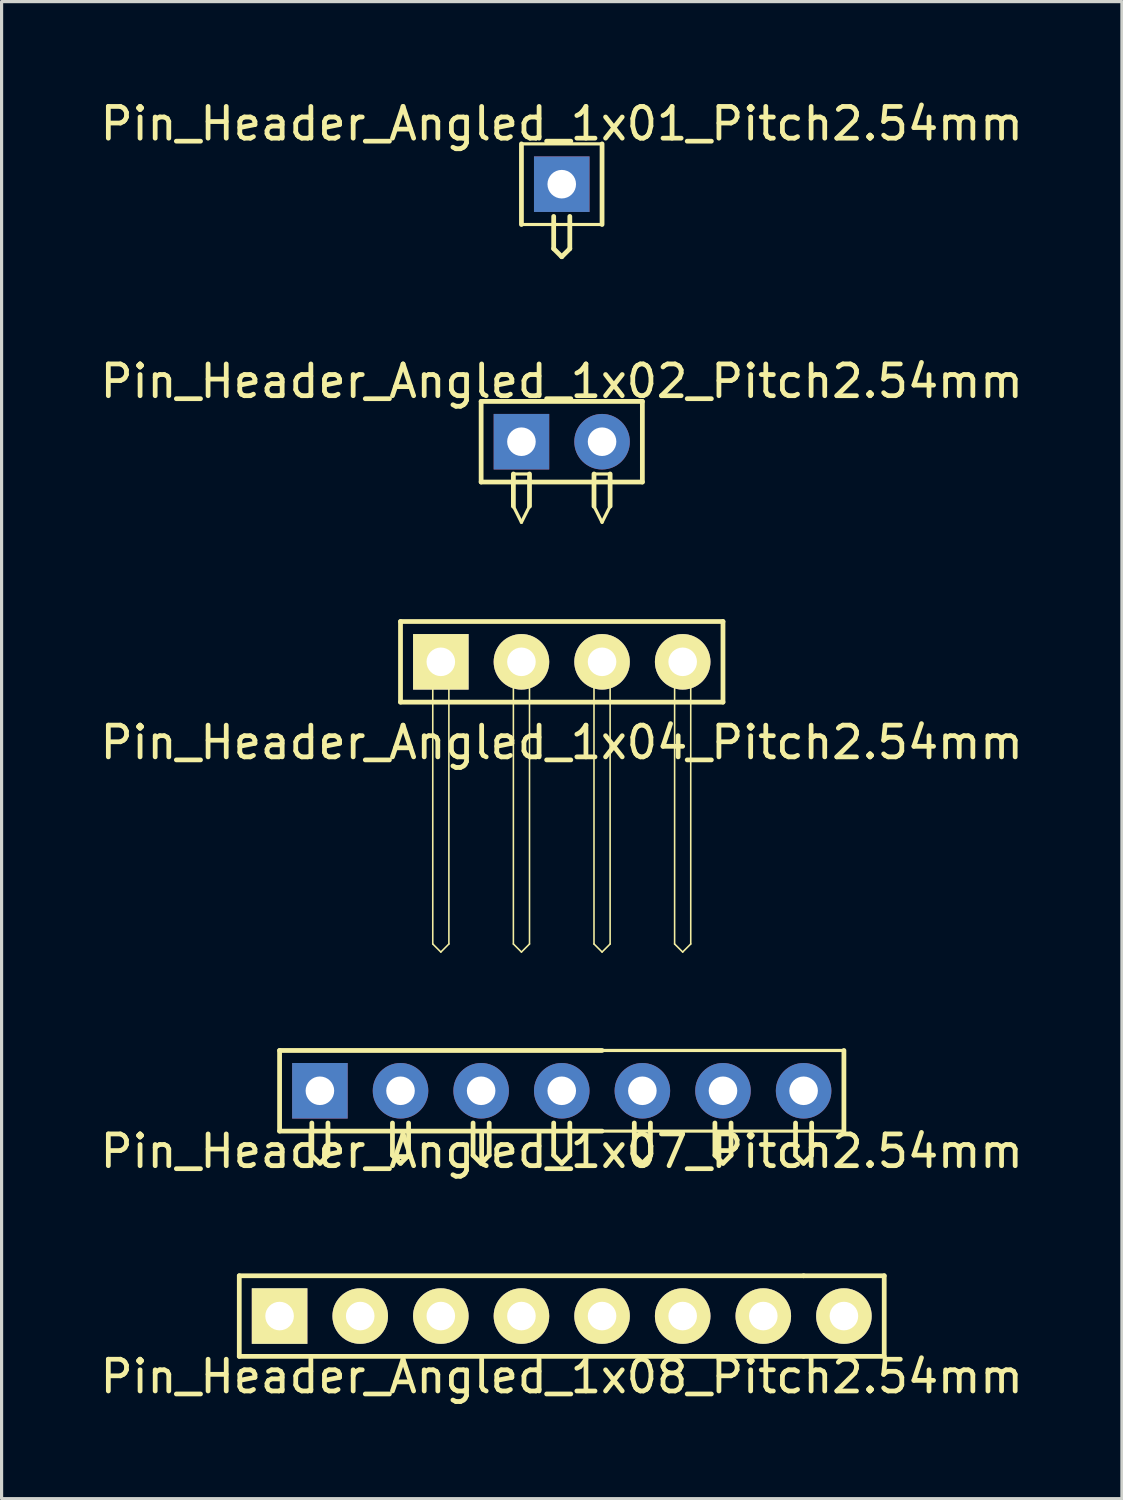
<source format=kicad_pcb>
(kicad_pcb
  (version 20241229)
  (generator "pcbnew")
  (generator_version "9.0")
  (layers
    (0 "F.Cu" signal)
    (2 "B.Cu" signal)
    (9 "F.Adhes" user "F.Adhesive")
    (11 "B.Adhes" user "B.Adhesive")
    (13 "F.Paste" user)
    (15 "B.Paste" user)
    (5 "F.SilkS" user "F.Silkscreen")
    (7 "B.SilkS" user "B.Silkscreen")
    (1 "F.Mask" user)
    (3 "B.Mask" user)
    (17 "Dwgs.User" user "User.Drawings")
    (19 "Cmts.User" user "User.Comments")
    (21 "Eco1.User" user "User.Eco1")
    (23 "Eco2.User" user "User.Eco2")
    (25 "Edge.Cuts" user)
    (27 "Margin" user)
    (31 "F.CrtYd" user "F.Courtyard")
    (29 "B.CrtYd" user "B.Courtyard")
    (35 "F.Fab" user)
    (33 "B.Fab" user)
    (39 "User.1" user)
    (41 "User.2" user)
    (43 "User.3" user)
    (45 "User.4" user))
  (footprint "Pin_Header_Angled_1x04_Pitch2.54mm"
    (layer "F.Cu")
    (at 10.839 17.802)
    (property "Reference" "Pin_Header_Angled_1x04_Pitch2.54mm" (at 3.81 2.54 0) (layer "F.SilkS") (effects (font (size 1 1) (thickness 0.15))))
    (attr through_hole)
    (fp_line (start -1.27 -1.27) (end -1.27 1.27) (stroke (width 0.15) (type solid)) (layer "F.SilkS"))
    (fp_line (start -1.27 -1.27) (end 8.89 -1.27) (stroke (width 0.15) (type solid)) (layer "F.SilkS"))
    (fp_line (start -0.254 8.89) (end -0.254 0.762) (stroke (width 0.05) (type solid)) (layer "F.SilkS"))
    (fp_line (start 0 9.144) (end -0.254 8.89) (stroke (width 0.05) (type solid)) (layer "F.SilkS"))
    (fp_line (start 0.254 0.762) (end 0.254 8.89) (stroke (width 0.05) (type solid)) (layer "F.SilkS"))
    (fp_line (start 0.254 8.89) (end 0 9.144) (stroke (width 0.05) (type solid)) (layer "F.SilkS"))
    (fp_line (start 2.286 8.89) (end 2.286 0.762) (stroke (width 0.05) (type solid)) (layer "F.SilkS"))
    (fp_line (start 2.54 9.144) (end 2.286 8.89) (stroke (width 0.05) (type solid)) (layer "F.SilkS"))
    (fp_line (start 2.794 0.762) (end 2.794 8.89) (stroke (width 0.05) (type solid)) (layer "F.SilkS"))
    (fp_line (start 2.794 8.89) (end 2.54 9.144) (stroke (width 0.05) (type solid)) (layer "F.SilkS"))
    (fp_line (start 4.826 8.89) (end 4.826 0.762) (stroke (width 0.05) (type solid)) (layer "F.SilkS"))
    (fp_line (start 5.08 9.144) (end 4.826 8.89) (stroke (width 0.05) (type solid)) (layer "F.SilkS"))
    (fp_line (start 5.334 0.762) (end 5.334 8.89) (stroke (width 0.05) (type solid)) (layer "F.SilkS"))
    (fp_line (start 5.334 8.89) (end 5.08 9.144) (stroke (width 0.05) (type solid)) (layer "F.SilkS"))
    (fp_line (start 7.366 8.89) (end 7.366 0.762) (stroke (width 0.05) (type solid)) (layer "F.SilkS"))
    (fp_line (start 7.62 9.144) (end 7.366 8.89) (stroke (width 0.05) (type solid)) (layer "F.SilkS"))
    (fp_line (start 7.874 0.762) (end 7.874 8.89) (stroke (width 0.05) (type solid)) (layer "F.SilkS"))
    (fp_line (start 7.874 8.89) (end 7.62 9.144) (stroke (width 0.05) (type solid)) (layer "F.SilkS"))
    (fp_line (start 8.89 -1.27) (end 8.89 1.27) (stroke (width 0.15) (type solid)) (layer "F.SilkS"))
    (fp_line (start 8.89 1.27) (end -1.27 1.27) (stroke (width 0.15) (type solid)) (layer "F.SilkS"))
    (pad "1" thru_hole rect (at 0 0) (size 1.75 1.75) (drill 0.9) (layers "*.Cu" "*.Mask" "F.SilkS"))
    (pad "2" thru_hole circle (at 2.54 0) (size 1.75 1.75) (drill 0.9) (layers "*.Cu" "*.Mask" "F.SilkS"))
    (pad "3" thru_hole circle (at 5.08 0) (size 1.75 1.75) (drill 0.9) (layers "*.Cu" "*.Mask" "F.SilkS"))
    (pad "4" thru_hole circle (at 7.62 0) (size 1.75 1.75) (drill 0.9) (layers "*.Cu" "*.Mask" "F.SilkS")))
  (footprint "Pin_Header_Angled_1x01_Pitch2.54mm"
    (placed yes)
    (layer "F.Cu")
    (at 14.649 2.753)
    (property "Reference" "Pin_Header_Angled_1x01_Pitch2.54mm" (at 0 -1.905 0) (layer "F.SilkS") (effects (font (size 1 1) (thickness 0.15))))
    (attr through_hole)
    (fp_line (start -1.27 -1.27) (end -1.27 1.27) (stroke (width 0.15) (type solid)) (layer "F.SilkS"))
    (fp_line (start -1.27 -1.27) (end 1.27 -1.27) (stroke (width 0.1) (type default)) (layer "F.SilkS"))
    (fp_line (start -1.27 1.27) (end 1.27 1.27) (stroke (width 0.1) (type default)) (layer "F.SilkS"))
    (fp_line (start -0.254 1.016) (end -0.254 2.032) (stroke (width 0.15) (type solid)) (layer "F.SilkS"))
    (fp_line (start -0.254 2.032) (end 0 2.286) (stroke (width 0.15) (type solid)) (layer "F.SilkS"))
    (fp_line (start 0 2.286) (end 0.254 2.032) (stroke (width 0.15) (type solid)) (layer "F.SilkS"))
    (fp_line (start 0.254 2.032) (end 0.254 1.016) (stroke (width 0.15) (type solid)) (layer "F.SilkS"))
    (fp_line (start 1.27 -1.27) (end 1.27 1.27) (stroke (width 0.15) (type solid)) (layer "F.SilkS"))
    (pad "1" thru_hole rect (at 0 0) (size 1.75 1.75) (drill 0.9) (layers "*.Cu" "*.Mask")))
  (footprint "Pin_Header_Angled_1x07_Pitch2.54mm"
    (placed yes)
    (layer "F.Cu")
    (at 7.029 31.317)
    (property "Reference" "Pin_Header_Angled_1x07_Pitch2.54mm" (at 7.62 1.905 0) (layer "F.SilkS") (effects (font (size 1 1) (thickness 0.15))))
    (attr through_hole)
    (fp_line (start -1.27 -1.27) (end -1.27 1.27) (stroke (width 0.15) (type solid)) (layer "F.SilkS"))
    (fp_line (start -1.27 -1.27) (end 8.89 -1.27) (stroke (width 0.15) (type solid)) (layer "F.SilkS"))
    (fp_line (start -0.254 1.016) (end -0.254 2.032) (stroke (width 0.15) (type solid)) (layer "F.SilkS"))
    (fp_line (start -0.254 2.032) (end 0 2.286) (stroke (width 0.15) (type solid)) (layer "F.SilkS"))
    (fp_line (start 0 2.286) (end 0.254 2.032) (stroke (width 0.15) (type solid)) (layer "F.SilkS"))
    (fp_line (start 0.254 2.032) (end 0.254 1.016) (stroke (width 0.15) (type solid)) (layer "F.SilkS"))
    (fp_line (start 2.286 1.27) (end 2.286 1.016) (stroke (width 0.15) (type solid)) (layer "F.SilkS"))
    (fp_line (start 2.286 1.27) (end 2.286 2.032) (stroke (width 0.15) (type solid)) (layer "F.SilkS"))
    (fp_line (start 2.286 2.032) (end 2.54 2.286) (stroke (width 0.15) (type solid)) (layer "F.SilkS"))
    (fp_line (start 2.54 2.286) (end 2.794 2.032) (stroke (width 0.15) (type solid)) (layer "F.SilkS"))
    (fp_line (start 2.794 2.032) (end 2.794 1.016) (stroke (width 0.15) (type solid)) (layer "F.SilkS"))
    (fp_line (start 4.826 1.016) (end 4.826 2.032) (stroke (width 0.15) (type solid)) (layer "F.SilkS"))
    (fp_line (start 4.826 2.032) (end 5.08 2.286) (stroke (width 0.15) (type solid)) (layer "F.SilkS"))
    (fp_line (start 5.08 2.286) (end 5.334 2.032) (stroke (width 0.15) (type solid)) (layer "F.SilkS"))
    (fp_line (start 5.334 2.032) (end 5.334 1.016) (stroke (width 0.15) (type solid)) (layer "F.SilkS"))
    (fp_line (start 7.366 1.016) (end 7.366 2.032) (stroke (width 0.15) (type solid)) (layer "F.SilkS"))
    (fp_line (start 7.366 2.032) (end 7.62 2.286) (stroke (width 0.15) (type solid)) (layer "F.SilkS"))
    (fp_line (start 7.62 2.286) (end 7.874 2.032) (stroke (width 0.15) (type solid)) (layer "F.SilkS"))
    (fp_line (start 7.874 2.032) (end 7.874 1.016) (stroke (width 0.15) (type solid)) (layer "F.SilkS"))
    (fp_line (start 8.89 -1.27) (end 16.51 -1.27) (stroke (width 0.1) (type default)) (layer "F.SilkS"))
    (fp_line (start 8.89 1.27) (end -1.27 1.27) (stroke (width 0.15) (type solid)) (layer "F.SilkS"))
    (fp_line (start 9.906 1.016) (end 9.906 2.032) (stroke (width 0.15) (type solid)) (layer "F.SilkS"))
    (fp_line (start 9.906 2.032) (end 10.16 2.286) (stroke (width 0.15) (type solid)) (layer "F.SilkS"))
    (fp_line (start 10.16 2.286) (end 10.414 2.032) (stroke (width 0.15) (type solid)) (layer "F.SilkS"))
    (fp_line (start 10.414 2.032) (end 10.414 1.016) (stroke (width 0.15) (type solid)) (layer "F.SilkS"))
    (fp_line (start 12.446 1.016) (end 12.446 2.032) (stroke (width 0.15) (type solid)) (layer "F.SilkS"))
    (fp_line (start 12.446 2.032) (end 12.7 2.286) (stroke (width 0.15) (type solid)) (layer "F.SilkS"))
    (fp_line (start 12.7 2.286) (end 12.954 2.032) (stroke (width 0.15) (type solid)) (layer "F.SilkS"))
    (fp_line (start 12.954 2.032) (end 12.954 1.016) (stroke (width 0.15) (type solid)) (layer "F.SilkS"))
    (fp_line (start 14.986 1.016) (end 14.986 2.032) (stroke (width 0.15) (type solid)) (layer "F.SilkS"))
    (fp_line (start 14.986 2.032) (end 15.24 2.286) (stroke (width 0.15) (type solid)) (layer "F.SilkS"))
    (fp_line (start 15.24 2.286) (end 15.494 2.032) (stroke (width 0.15) (type solid)) (layer "F.SilkS"))
    (fp_line (start 15.494 2.032) (end 15.494 1.016) (stroke (width 0.15) (type solid)) (layer "F.SilkS"))
    (fp_line (start 16.51 -1.27) (end 16.51 1.27) (stroke (width 0.15) (type solid)) (layer "F.SilkS"))
    (fp_line (start 16.51 1.27) (end 8.89 1.27) (stroke (width 0.1) (type default)) (layer "F.SilkS"))
    (pad "1" thru_hole rect (at 0 0) (size 1.75 1.75) (drill 0.9) (layers "*.Cu" "*.Mask"))
    (pad "2" thru_hole circle (at 2.54 0) (size 1.75 1.75) (drill 0.9) (layers "*.Cu" "*.Mask"))
    (pad "3" thru_hole circle (at 5.08 0) (size 1.75 1.75) (drill 0.9) (layers "*.Cu" "*.Mask"))
    (pad "4" thru_hole circle (at 7.62 0) (size 1.75 1.75) (drill 0.9) (layers "*.Cu" "*.Mask"))
    (pad "5" thru_hole circle (at 10.16 0) (size 1.75 1.75) (drill 0.9) (layers "*.Cu" "*.Mask"))
    (pad "6" thru_hole circle (at 12.7 0) (size 1.75 1.75) (drill 0.9) (layers "*.Cu" "*.Mask"))
    (pad "7" thru_hole circle (at 15.24 0) (size 1.75 1.75) (drill 0.9) (layers "*.Cu" "*.Mask")))
  (footprint "Pin_Header_Angled_1x02_Pitch2.54mm"
    (placed yes)
    (layer "F.Cu")
    (at 13.379 10.867)
    (property "Reference" "Pin_Header_Angled_1x02_Pitch2.54mm" (at 1.27 -1.905 0) (layer "F.SilkS") (effects (font (size 1 1) (thickness 0.15))))
    (attr through_hole)
    (fp_line (start -1.27 -1.27) (end -1.27 1.27) (stroke (width 0.15) (type solid)) (layer "F.SilkS"))
    (fp_line (start -1.27 -1.27) (end 3.81 -1.27) (stroke (width 0.15) (type solid)) (layer "F.SilkS"))
    (fp_line (start -0.254 1.016) (end -0.254 2.032) (stroke (width 0.15) (type solid)) (layer "F.SilkS"))
    (fp_line (start -0.254 1.016) (end 0.254 1.016) (stroke (width 0.1) (type default)) (layer "F.SilkS"))
    (fp_line (start -0.254 2.032) (end 0 2.54) (stroke (width 0.1) (type default)) (layer "F.SilkS"))
    (fp_line (start 0 2.54) (end 0.254 2.032) (stroke (width 0.1) (type default)) (layer "F.SilkS"))
    (fp_line (start 0.254 2.032) (end 0.254 1.016) (stroke (width 0.15) (type solid)) (layer "F.SilkS"))
    (fp_line (start 2.286 1.016) (end 2.794 1.016) (stroke (width 0.1) (type default)) (layer "F.SilkS"))
    (fp_line (start 2.286 1.27) (end 2.286 1.016) (stroke (width 0.15) (type solid)) (layer "F.SilkS"))
    (fp_line (start 2.286 1.27) (end 2.286 2.032) (stroke (width 0.15) (type solid)) (layer "F.SilkS"))
    (fp_line (start 2.286 2.032) (end 2.54 2.54) (stroke (width 0.1) (type default)) (layer "F.SilkS"))
    (fp_line (start 2.54 2.54) (end 2.794 2.032) (stroke (width 0.1) (type default)) (layer "F.SilkS"))
    (fp_line (start 2.794 2.032) (end 2.794 1.016) (stroke (width 0.15) (type solid)) (layer "F.SilkS"))
    (fp_line (start 3.81 -1.27) (end 3.81 1.27) (stroke (width 0.15) (type solid)) (layer "F.SilkS"))
    (fp_line (start 3.81 1.27) (end -1.27 1.27) (stroke (width 0.15) (type solid)) (layer "F.SilkS"))
    (pad "1" thru_hole rect (at 0 0) (size 1.75 1.75) (drill 0.9) (layers "*.Cu" "*.Mask"))
    (pad "2" thru_hole circle (at 2.54 0) (size 1.75 1.75) (drill 0.9) (layers "*.Cu" "*.Mask")))
  (footprint "Pin_Header_Angled_1x08_Pitch2.54mm"
    (placed yes)
    (layer "F.Cu")
    (at 5.759 38.415)
    (property "Reference" "Pin_Header_Angled_1x08_Pitch2.54mm" (at 8.89 1.905 0) (layer "F.SilkS") (effects (font (size 1 1) (thickness 0.15))))
    (attr through_hole)
    (fp_line (start -1.27 -1.27) (end -1.27 1.27) (stroke (width 0.15) (type solid)) (layer "F.SilkS"))
    (fp_line (start -1.27 1.27) (end 16.51 1.27) (stroke (width 0.15) (type solid)) (layer "F.SilkS"))
    (fp_line (start 16.51 -1.27) (end -1.27 -1.27) (stroke (width 0.15) (type solid)) (layer "F.SilkS"))
    (fp_line (start 16.51 -1.27) (end 19.05 -1.27) (stroke (width 0.15) (type solid)) (layer "F.SilkS"))
    (fp_line (start 19.05 -1.27) (end 19.05 1.27) (stroke (width 0.15) (type solid)) (layer "F.SilkS"))
    (fp_line (start 19.05 1.27) (end 16.51 1.27) (stroke (width 0.15) (type solid)) (layer "F.SilkS"))
    (pad "1" thru_hole rect (at 0 0) (size 1.75 1.75) (drill 0.9) (layers "*.Cu" "*.Mask" "F.SilkS"))
    (pad "2" thru_hole circle (at 2.54 0) (size 1.75 1.75) (drill 0.9) (layers "*.Cu" "*.Mask" "F.SilkS"))
    (pad "3" thru_hole circle (at 5.08 0) (size 1.75 1.75) (drill 0.9) (layers "*.Cu" "*.Mask" "F.SilkS"))
    (pad "4" thru_hole circle (at 7.62 0) (size 1.75 1.75) (drill 0.9) (layers "*.Cu" "*.Mask" "F.SilkS"))
    (pad "5" thru_hole circle (at 10.16 0) (size 1.75 1.75) (drill 0.9) (layers "*.Cu" "*.Mask" "F.SilkS"))
    (pad "6" thru_hole circle (at 12.7 0) (size 1.75 1.75) (drill 0.9) (layers "*.Cu" "*.Mask" "F.SilkS"))
    (pad "7" thru_hole circle (at 15.24 0) (size 1.75 1.75) (drill 0.9) (layers "*.Cu" "*.Mask" "F.SilkS"))
    (pad "8" thru_hole circle (at 17.78 0) (size 1.75 1.75) (drill 0.9) (layers "*.Cu" "*.Mask" "F.SilkS")))
  (gr_rect
    (start -3 -3)
    (end 32.298 44.168)
    (stroke (width 0.1) (type default))
    (fill no)
    (layer "Edge.Cuts")))
</source>
